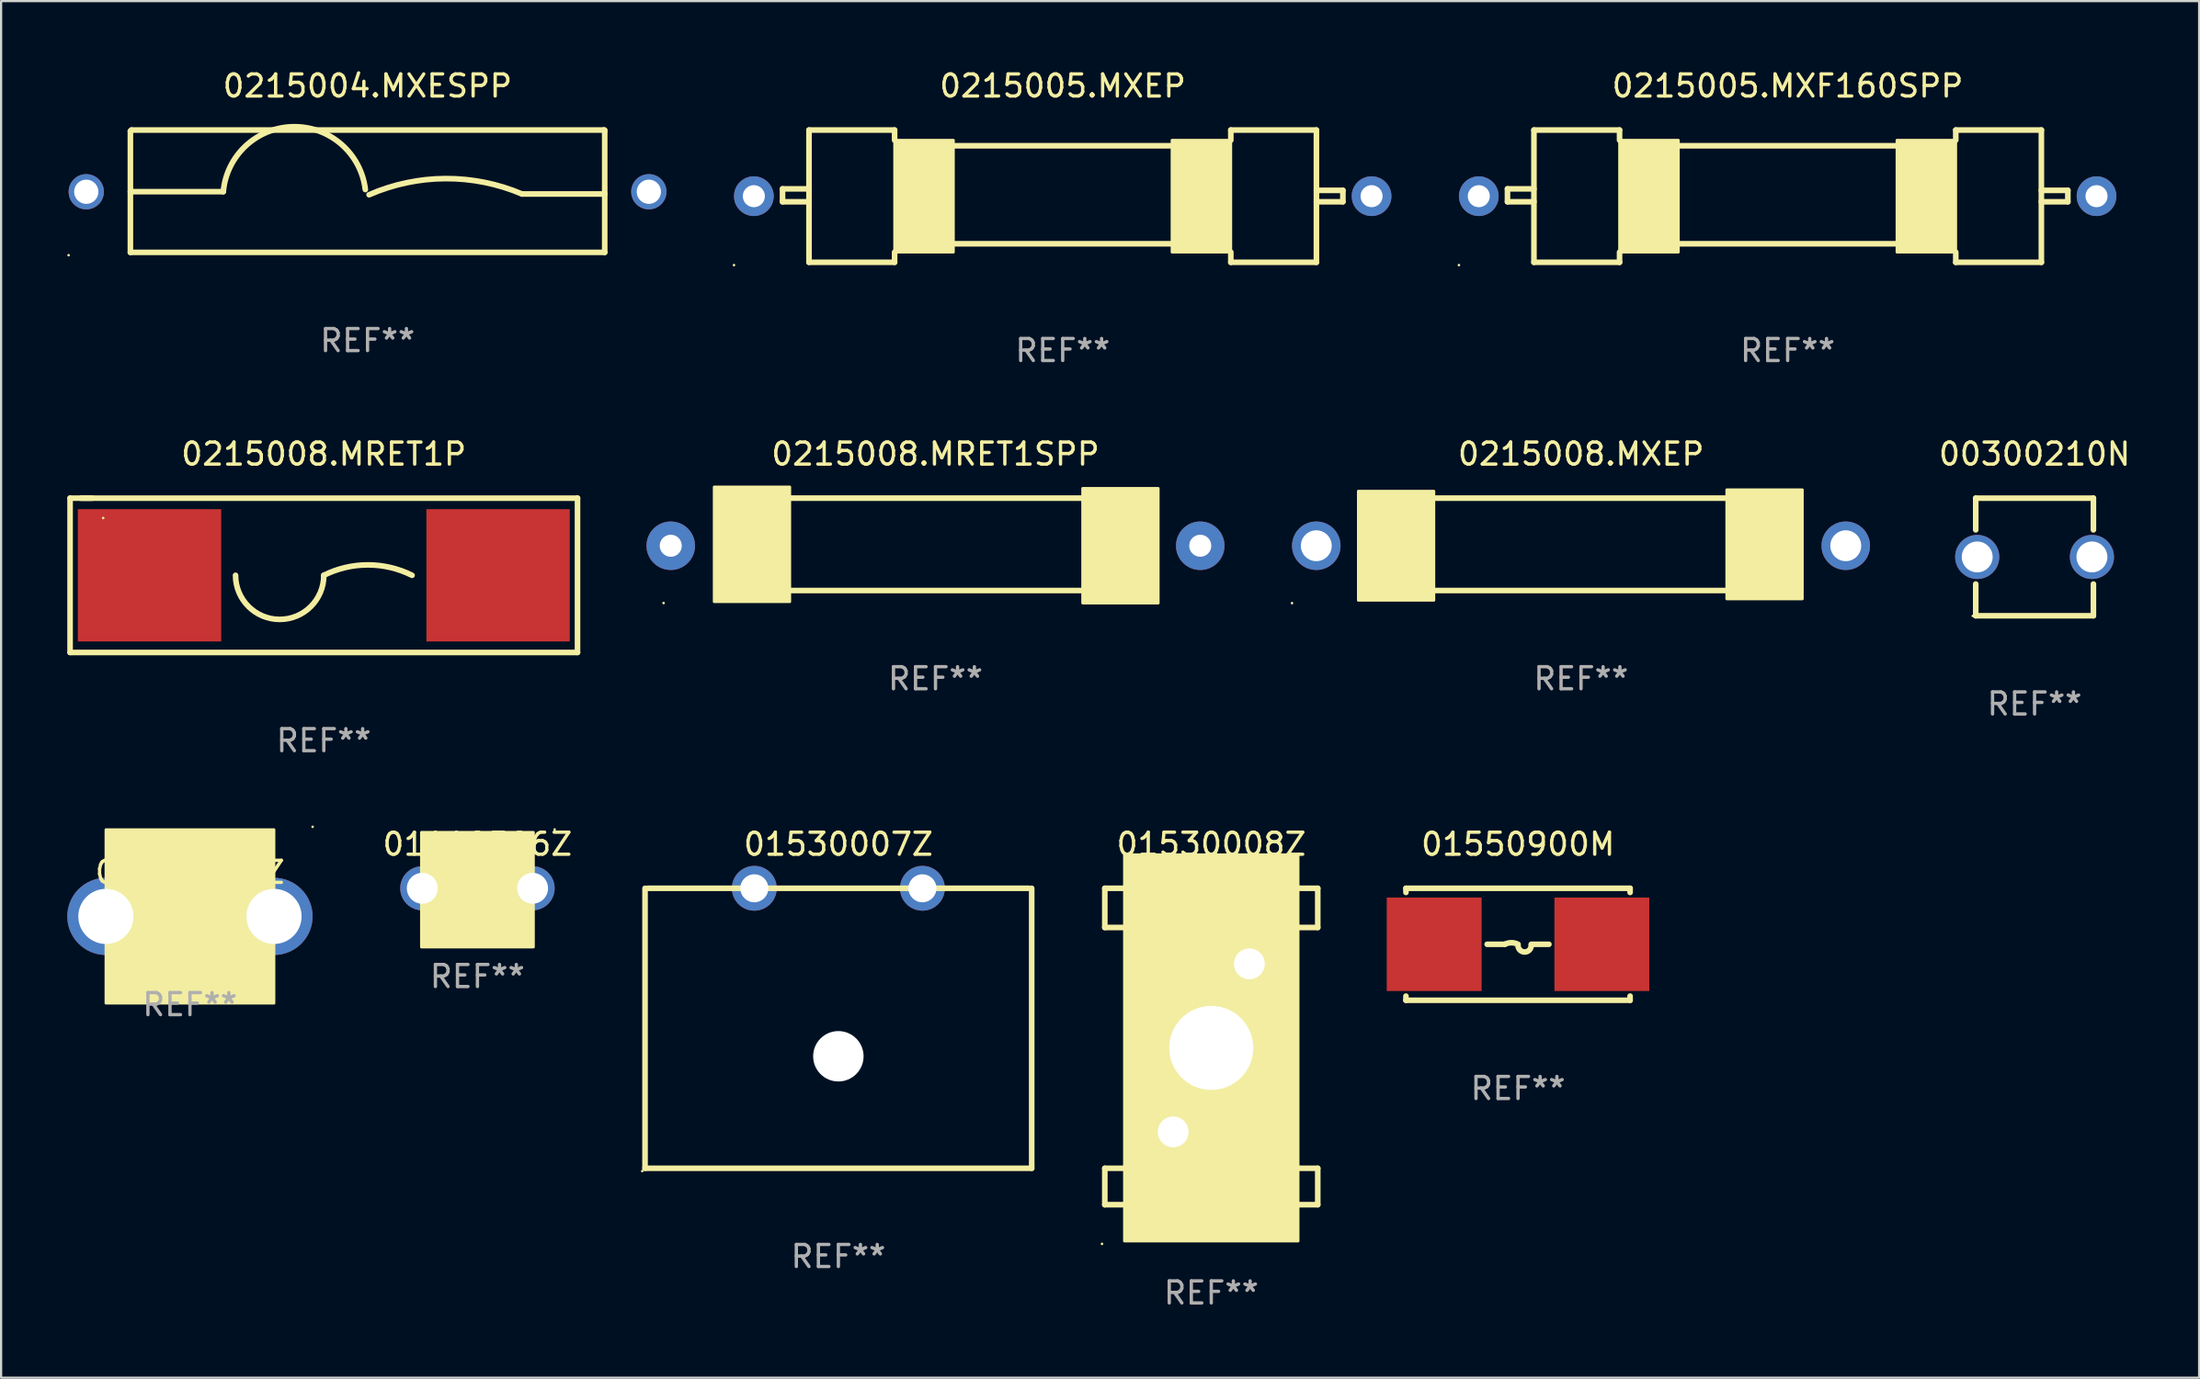
<source format=kicad_pcb>
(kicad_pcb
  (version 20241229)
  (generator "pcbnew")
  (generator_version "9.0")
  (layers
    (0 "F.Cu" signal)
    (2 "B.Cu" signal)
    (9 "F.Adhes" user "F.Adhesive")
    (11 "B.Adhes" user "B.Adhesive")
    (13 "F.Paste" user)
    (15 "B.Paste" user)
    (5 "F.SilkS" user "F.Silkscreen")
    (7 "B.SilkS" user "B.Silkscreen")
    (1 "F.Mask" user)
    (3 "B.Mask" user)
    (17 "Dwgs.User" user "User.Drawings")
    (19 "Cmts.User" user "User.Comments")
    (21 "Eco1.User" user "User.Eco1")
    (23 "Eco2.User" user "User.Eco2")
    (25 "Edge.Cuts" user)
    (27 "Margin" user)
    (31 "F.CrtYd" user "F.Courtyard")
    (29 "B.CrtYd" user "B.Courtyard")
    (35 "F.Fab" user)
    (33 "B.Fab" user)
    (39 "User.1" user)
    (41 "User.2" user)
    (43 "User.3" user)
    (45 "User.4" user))
  (footprint "0215004.MXESPP"
    (layer "F.Cu")
    (at 13.61 5.623)
    (property "Reference" "0215004.MXESPP" (at 0 -4.775 0) (layer "F.SilkS") (effects (font (size 1 1) (thickness 0.15))))
    (attr through_hole)
    (fp_line (start -10.75 -2.725) (end -10.7 -2.775) (stroke (width 0.254) (type solid)) (layer "F.SilkS"))
    (fp_line (start -10.75 2.775) (end -10.75 -2.725) (stroke (width 0.254) (type solid)) (layer "F.SilkS"))
    (fp_line (start -10.75 2.775) (end 10.75 2.775) (stroke (width 0.254) (type solid)) (layer "F.SilkS"))
    (fp_line (start -10.7 -2.775) (end 10.7 -2.775) (stroke (width 0.254) (type solid)) (layer "F.SilkS"))
    (fp_line (start -6.538 0.021) (end -10.75 0.021) (stroke (width 0.254) (type solid)) (layer "F.SilkS"))
    (fp_line (start 7 0.125) (end 10.75 0.125) (stroke (width 0.254) (type solid)) (layer "F.SilkS"))
    (fp_line (start 10.7 -2.775) (end 10.75 -2.725) (stroke (width 0.254) (type solid)) (layer "F.SilkS"))
    (fp_line (start 10.75 2.775) (end 10.75 -2.775) (stroke (width 0.254) (type solid)) (layer "F.SilkS"))
    (fp_arc (start -6.538277 0.020573) (mid -3.362163 -2.925392) (end -0.1 -0.075006) (stroke (width 0.254001) (type solid)) (layer "F.SilkS"))
    (fp_arc (start 0.069571 0.160528) (mid 3.531132 -0.572293) (end 7.000025 0.124994) (stroke (width 0.254001) (type solid)) (layer "F.SilkS"))
    (fp_circle (center -13.55 2.902) (end -13.52 2.902) (stroke (width 0.06) (type solid)) (fill no) (layer "F.SilkS"))
    (fp_text user "REF**" (at 0 6.775 0) (layer "F.Fab") (effects (font (size 1 1) (thickness 0.15))))
    (pad "1" thru_hole circle (at -12.75 0.025) (size 1.6 1.6) (drill 1.1) (layers "*.Cu" "*.Mask"))
    (pad "2" thru_hole circle (at 12.75 0.025) (size 1.6 1.6) (drill 1.1) (layers "*.Cu" "*.Mask")))
  (footprint "00300210N"
    (layer "F.Cu")
    (at 89.172 22.212)
    (property "Reference" "00300210N" (at 0 -4.667 0) (layer "F.SilkS") (effects (font (size 1 1) (thickness 0.15))))
    (attr through_hole)
    (fp_line (start -2.667 -1.229) (end -2.667 -2.667) (stroke (width 0.254) (type solid)) (layer "F.SilkS"))
    (fp_line (start -2.667 1.229) (end -2.667 2.667) (stroke (width 0.254) (type solid)) (layer "F.SilkS"))
    (fp_line (start -2.667 2.667) (end 2.667 2.667) (stroke (width 0.254) (type solid)) (layer "F.SilkS"))
    (fp_line (start 2.667 -2.667) (end -2.667 -2.667) (stroke (width 0.254) (type solid)) (layer "F.SilkS"))
    (fp_line (start 2.667 -1.229) (end 2.667 -2.667) (stroke (width 0.254) (type solid)) (layer "F.SilkS"))
    (fp_line (start 2.667 2.667) (end 2.667 1.229) (stroke (width 0.254) (type solid)) (layer "F.SilkS"))
    (fp_circle (center -2.8 2.675) (end -2.77 2.675) (stroke (width 0.06) (type solid)) (fill no) (layer "F.SilkS"))
    (fp_text user "REF**" (at 0 6.667 0) (layer "F.Fab") (effects (font (size 1 1) (thickness 0.15))))
    (pad "1" thru_hole circle (at -2.6 0) (size 2 2) (drill 1.4) (layers "*.Cu" "*.Mask"))
    (pad "2" thru_hole circle (at 2.6 0) (size 2 2) (drill 1.4) (layers "*.Cu" "*.Mask")))
  (footprint "01110506Z"
    (layer "F.Cu")
    (at 18.591 37.241)
    (property "Reference" "01110506Z" (at 0 -2 0) (layer "F.SilkS") (effects (font (size 1 1) (thickness 0.15))))
    (attr through_hole)
    (fp_circle (center 3.5 -2.667) (end 3.53 -2.667) (stroke (width 0.06) (type solid)) (fill no) (layer "F.SilkS"))
    (fp_poly (pts (xy -2.54 -2.54) (xy 2.54 -2.54) (xy 2.54 2.667) (xy -2.54 2.667)) (stroke (width 0.12) (type solid)) (fill yes) (layer "F.SilkS"))
    (fp_text user "REF**" (at 0 4 0) (layer "F.Fab") (effects (font (size 1 1) (thickness 0.15))))
    (pad "1" thru_hole circle (at -2.5 0) (size 2 2) (drill 1.4) (layers "*.Cu" "*.Mask"))
    (pad "1" thru_hole circle (at 2.5 0) (size 2 2) (drill 1.4) (layers "*.Cu" "*.Mask")))
  (footprint "0215008.MRET1P"
    (layer "F.Cu")
    (at 11.627 23.045)
    (property "Reference" "0215008.MRET1P" (at 0 -5.5 0) (layer "F.SilkS") (effects (font (size 1 1) (thickness 0.15))))
    (attr through_hole)
    (fp_line (start -11.5 -3.5) (end -10.5 -3.5) (stroke (width 0.254) (type solid)) (layer "F.SilkS"))
    (fp_line (start -11.5 3.5) (end -11.5 -3.5) (stroke (width 0.254) (type solid)) (layer "F.SilkS"))
    (fp_line (start -11 -3.5) (end 11.5 -3.5) (stroke (width 0.254) (type solid)) (layer "F.SilkS"))
    (fp_line (start 11.5 -3.5) (end 11.5 3.5) (stroke (width 0.254) (type solid)) (layer "F.SilkS"))
    (fp_line (start 11.5 3.5) (end -11.5 3.5) (stroke (width 0.254) (type solid)) (layer "F.SilkS"))
    (fp_arc (start 0 0) (mid -2 2) (end -4 0) (stroke (width 0.254001) (type solid)) (layer "F.SilkS"))
    (fp_arc (start 0 0) (mid 2 -0.472136) (end 4 0) (stroke (width 0.254001) (type solid)) (layer "F.SilkS"))
    (fp_circle (center -10 -2.6) (end -9.97 -2.6) (stroke (width 0.06) (type solid)) (fill no) (layer "F.SilkS"))
    (fp_text user "REF**" (at 0 7.5 0) (layer "F.Fab") (effects (font (size 1 1) (thickness 0.15))))
    (pad "1" smd rect (at -7.9 0) (size 6.5 6) (layers "F.Cu" "F.Mask" "F.Paste"))
    (pad "2" smd rect (at 7.9 0) (size 6.5 6) (layers "F.Cu" "F.Mask" "F.Paste")))
  (footprint "0215008.MRET1SPP"
    (layer "F.Cu")
    (at 39.354 21.64)
    (property "Reference" "0215008.MRET1SPP" (at 0 -4.096 0) (layer "F.SilkS") (effects (font (size 1 1) (thickness 0.15))))
    (attr through_hole)
    (fp_line (start -6.604 -2.096) (end 6.604 -2.096) (stroke (width 0.254) (type solid)) (layer "F.SilkS"))
    (fp_line (start -6.604 2.096) (end 6.604 2.096) (stroke (width 0.254) (type solid)) (layer "F.SilkS"))
    (fp_circle (center -12.325 2.663) (end -12.295 2.663) (stroke (width 0.06) (type solid)) (fill no) (layer "F.SilkS"))
    (fp_poly (pts (xy -10.033 -2.604) (xy -6.604 -2.604) (xy -6.604 2.604) (xy -10.033 2.604)) (stroke (width 0.12) (type solid)) (fill yes) (layer "F.SilkS"))
    (fp_poly (pts (xy 6.668 -2.54) (xy 10.097 -2.54) (xy 10.097 2.667) (xy 6.668 2.667)) (stroke (width 0.12) (type solid)) (fill yes) (layer "F.SilkS"))
    (fp_text user "REF**" (at 0 6.096 0) (layer "F.Fab") (effects (font (size 1 1) (thickness 0.15))))
    (pad "1" thru_hole circle (at -12 0.064) (size 2.2 2.2) (drill 1) (layers "*.Cu" "*.Mask"))
    (pad "2" thru_hole circle (at 12 0.064) (size 2.2 2.2) (drill 1) (layers "*.Cu" "*.Mask")))
  (footprint "01020071Z"
    (layer "F.Cu")
    (at 5.56 38.517)
    (property "Reference" "01020071Z" (at 0 -2 0) (layer "F.SilkS") (effects (font (size 1 1) (thickness 0.15))))
    (attr through_hole)
    (fp_circle (center 5.56 -4.064) (end 5.59 -4.064) (stroke (width 0.06) (type solid)) (fill no) (layer "F.SilkS"))
    (fp_poly (pts (xy -3.81 -3.937) (xy 3.81 -3.937) (xy 3.81 3.937) (xy -3.81 3.937)) (stroke (width 0.12) (type solid)) (fill yes) (layer "F.SilkS"))
    (fp_text user "REF**" (at 0 4 0) (layer "F.Fab") (effects (font (size 1 1) (thickness 0.15))))
    (pad "1" thru_hole circle (at -3.81 0) (size 3.5 3.5) (drill 2.5) (layers "*.Cu" "*.Mask"))
    (pad "1" thru_hole circle (at 3.81 0) (size 3.5 3.5) (drill 2.5) (layers "*.Cu" "*.Mask")))
  (footprint "01550900M"
    (layer "F.Cu")
    (at 65.758 39.781)
    (property "Reference" "01550900M" (at 0 -4.54 0) (layer "F.SilkS") (effects (font (size 1 1) (thickness 0.15))))
    (attr through_hole)
    (fp_line (start -5.08 -2.54) (end 5.08 -2.54) (stroke (width 0.254) (type solid)) (layer "F.SilkS"))
    (fp_line (start -5.08 -2.351) (end -5.08 -2.54) (stroke (width 0.254) (type solid)) (layer "F.SilkS"))
    (fp_line (start -5.08 2.54) (end -5.08 2.351) (stroke (width 0.254) (type solid)) (layer "F.SilkS"))
    (fp_line (start -1.4 0) (end -0.6 0) (stroke (width 0.254) (type solid)) (layer "F.SilkS"))
    (fp_line (start 1.4 0) (end 0.6 0) (stroke (width 0.254) (type solid)) (layer "F.SilkS"))
    (fp_line (start 5.08 -2.54) (end 5.08 -2.351) (stroke (width 0.254) (type solid)) (layer "F.SilkS"))
    (fp_line (start 5.08 2.351) (end 5.08 2.54) (stroke (width 0.254) (type solid)) (layer "F.SilkS"))
    (fp_line (start 5.08 2.54) (end -5.08 2.54) (stroke (width 0.254) (type solid)) (layer "F.SilkS"))
    (fp_arc (start -0.6 0) (mid -0.299987 -0.070825) (end 0.000026 0) (stroke (width 0.254001) (type solid)) (layer "F.SilkS"))
    (fp_arc (start 0.600051 0.050064) (mid 0.300038 0.350064) (end 0.000025 0.050063) (stroke (width 0.254001) (type solid)) (layer "F.SilkS"))
    (fp_circle (center -4.85 2.485) (end -4.82 2.485) (stroke (width 0.06) (type solid)) (fill no) (layer "F.SilkS"))
    (fp_text user "REF**" (at 0 6.54 0) (layer "F.Fab") (effects (font (size 1 1) (thickness 0.15))))
    (pad "1" smd rect (at -3.8 0) (size 4.3 4.24) (layers "F.Cu" "F.Mask" "F.Paste"))
    (pad "2" smd rect (at 3.8 0) (size 4.3 4.24) (layers "F.Cu" "F.Mask" "F.Paste")))
  (footprint "0215005.MXF160SPP"
    (layer "F.Cu")
    (at 77.98 5.848)
    (property "Reference" "0215005.MXF160SPP" (at 0 -5 0) (layer "F.SilkS") (effects (font (size 1 1) (thickness 0.15))))
    (attr through_hole)
    (fp_line (start -12.7 -0.332) (end -12.7 0.254) (stroke (width 0.254) (type solid)) (layer "F.SilkS"))
    (fp_line (start -12.7 0.254) (end -11.5 0.254) (stroke (width 0.254) (type solid)) (layer "F.SilkS"))
    (fp_line (start -11.5 -3) (end -11.5 3) (stroke (width 0.254) (type solid)) (layer "F.SilkS"))
    (fp_line (start -11.5 -3) (end -7.62 -3) (stroke (width 0.254) (type solid)) (layer "F.SilkS"))
    (fp_line (start -11.5 -0.332) (end -12.7 -0.332) (stroke (width 0.254) (type solid)) (layer "F.SilkS"))
    (fp_line (start -7.62 -2.54) (end -7.62 -3) (stroke (width 0.254) (type solid)) (layer "F.SilkS"))
    (fp_line (start -7.62 2.54) (end -7.62 3) (stroke (width 0.254) (type solid)) (layer "F.SilkS"))
    (fp_line (start -7.62 3) (end -11.5 3) (stroke (width 0.254) (type solid)) (layer "F.SilkS"))
    (fp_line (start -4.953 -2.286) (end 4.953 -2.286) (stroke (width 0.254) (type solid)) (layer "F.SilkS"))
    (fp_line (start -4.953 2.159) (end 4.953 2.159) (stroke (width 0.254) (type solid)) (layer "F.SilkS"))
    (fp_line (start 7.62 -3) (end 11.5 -3) (stroke (width 0.254) (type solid)) (layer "F.SilkS"))
    (fp_line (start 7.62 -2.54) (end 7.62 -3) (stroke (width 0.254) (type solid)) (layer "F.SilkS"))
    (fp_line (start 7.62 2.54) (end 7.62 3) (stroke (width 0.254) (type solid)) (layer "F.SilkS"))
    (fp_line (start 7.62 3) (end 11.5 3) (stroke (width 0.254) (type solid)) (layer "F.SilkS"))
    (fp_line (start 11.5 -3) (end 11.5 3) (stroke (width 0.254) (type solid)) (layer "F.SilkS"))
    (fp_line (start 11.5 -0.264) (end 12.7 -0.264) (stroke (width 0.254) (type solid)) (layer "F.SilkS"))
    (fp_line (start 12.7 -0.264) (end 12.7 0.254) (stroke (width 0.254) (type solid)) (layer "F.SilkS"))
    (fp_line (start 12.7 0.254) (end 11.5 0.254) (stroke (width 0.254) (type solid)) (layer "F.SilkS"))
    (fp_circle (center -14.9 3.127) (end -14.87 3.127) (stroke (width 0.06) (type solid)) (fill no) (layer "F.SilkS"))
    (fp_poly (pts (xy -7.62 -2.54) (xy -4.953 -2.54) (xy -4.953 2.54) (xy -7.62 2.54)) (stroke (width 0.12) (type solid)) (fill yes) (layer "F.SilkS"))
    (fp_poly (pts (xy 4.953 -2.54) (xy 7.62 -2.54) (xy 7.62 2.54) (xy 4.953 2.54)) (stroke (width 0.12) (type solid)) (fill yes) (layer "F.SilkS"))
    (fp_text user "REF**" (at 0 7 0) (layer "F.Fab") (effects (font (size 1 1) (thickness 0.15))))
    (pad "1" thru_hole circle (at -14 0) (size 1.8 1.8) (drill 1) (layers "*.Cu" "*.Mask"))
    (pad "2" thru_hole circle (at 14 0) (size 1.8 1.8) (drill 1) (layers "*.Cu" "*.Mask")))
  (footprint "0215008.MXEP"
    (layer "F.Cu")
    (at 68.614 21.64)
    (property "Reference" "0215008.MXEP" (at 0 -4.096 0) (layer "F.SilkS") (effects (font (size 1 1) (thickness 0.15))))
    (attr through_hole)
    (fp_line (start -6.604 -2.096) (end 6.604 -2.096) (stroke (width 0.254) (type solid)) (layer "F.SilkS"))
    (fp_line (start -6.604 2.096) (end 6.604 2.096) (stroke (width 0.254) (type solid)) (layer "F.SilkS"))
    (fp_circle (center -13.1 2.667) (end -13.07 2.667) (stroke (width 0.06) (type solid)) (fill no) (layer "F.SilkS"))
    (fp_poly (pts (xy -10.097 -2.413) (xy -6.668 -2.413) (xy -6.668 2.54) (xy -10.097 2.54)) (stroke (width 0.12) (type solid)) (fill yes) (layer "F.SilkS"))
    (fp_poly (pts (xy 6.604 -2.477) (xy 10.033 -2.477) (xy 10.033 2.477) (xy 6.604 2.477)) (stroke (width 0.12) (type solid)) (fill yes) (layer "F.SilkS"))
    (fp_text user "REF**" (at 0 6.096 0) (layer "F.Fab") (effects (font (size 1 1) (thickness 0.15))))
    (pad "1" thru_hole circle (at -12 0.064) (size 2.2 2.2) (drill 1.4) (layers "*.Cu" "*.Mask"))
    (pad "2" thru_hole circle (at 12 0.064) (size 2.2 2.2) (drill 1.4) (layers "*.Cu" "*.Mask")))
  (footprint "0215005.MXEP"
    (layer "F.Cu")
    (at 45.12 5.848)
    (property "Reference" "0215005.MXEP" (at 0 -5 0) (layer "F.SilkS") (effects (font (size 1 1) (thickness 0.15))))
    (attr through_hole)
    (fp_line (start -12.7 -0.332) (end -12.7 0.254) (stroke (width 0.254) (type solid)) (layer "F.SilkS"))
    (fp_line (start -12.7 0.254) (end -11.5 0.254) (stroke (width 0.254) (type solid)) (layer "F.SilkS"))
    (fp_line (start -11.5 -3) (end -11.5 3) (stroke (width 0.254) (type solid)) (layer "F.SilkS"))
    (fp_line (start -11.5 -3) (end -7.62 -3) (stroke (width 0.254) (type solid)) (layer "F.SilkS"))
    (fp_line (start -11.5 -0.332) (end -12.7 -0.332) (stroke (width 0.254) (type solid)) (layer "F.SilkS"))
    (fp_line (start -7.62 -2.54) (end -7.62 -3) (stroke (width 0.254) (type solid)) (layer "F.SilkS"))
    (fp_line (start -7.62 2.54) (end -7.62 3) (stroke (width 0.254) (type solid)) (layer "F.SilkS"))
    (fp_line (start -7.62 3) (end -11.5 3) (stroke (width 0.254) (type solid)) (layer "F.SilkS"))
    (fp_line (start -4.953 -2.286) (end 4.953 -2.286) (stroke (width 0.254) (type solid)) (layer "F.SilkS"))
    (fp_line (start -4.953 2.159) (end 4.953 2.159) (stroke (width 0.254) (type solid)) (layer "F.SilkS"))
    (fp_line (start 7.62 -3) (end 11.5 -3) (stroke (width 0.254) (type solid)) (layer "F.SilkS"))
    (fp_line (start 7.62 -2.54) (end 7.62 -3) (stroke (width 0.254) (type solid)) (layer "F.SilkS"))
    (fp_line (start 7.62 2.54) (end 7.62 3) (stroke (width 0.254) (type solid)) (layer "F.SilkS"))
    (fp_line (start 7.62 3) (end 11.5 3) (stroke (width 0.254) (type solid)) (layer "F.SilkS"))
    (fp_line (start 11.5 -3) (end 11.5 3) (stroke (width 0.254) (type solid)) (layer "F.SilkS"))
    (fp_line (start 11.5 -0.264) (end 12.7 -0.264) (stroke (width 0.254) (type solid)) (layer "F.SilkS"))
    (fp_line (start 12.7 -0.264) (end 12.7 0.254) (stroke (width 0.254) (type solid)) (layer "F.SilkS"))
    (fp_line (start 12.7 0.254) (end 11.5 0.254) (stroke (width 0.254) (type solid)) (layer "F.SilkS"))
    (fp_circle (center -14.9 3.127) (end -14.87 3.127) (stroke (width 0.06) (type solid)) (fill no) (layer "F.SilkS"))
    (fp_poly (pts (xy -7.62 -2.54) (xy -4.953 -2.54) (xy -4.953 2.54) (xy -7.62 2.54)) (stroke (width 0.12) (type solid)) (fill yes) (layer "F.SilkS"))
    (fp_poly (pts (xy 4.953 -2.54) (xy 7.62 -2.54) (xy 7.62 2.54) (xy 4.953 2.54)) (stroke (width 0.12) (type solid)) (fill yes) (layer "F.SilkS"))
    (fp_text user "REF**" (at 0 7 0) (layer "F.Fab") (effects (font (size 1 1) (thickness 0.15))))
    (pad "1" thru_hole circle (at -14 0) (size 1.8 1.8) (drill 1) (layers "*.Cu" "*.Mask"))
    (pad "2" thru_hole circle (at 14 0) (size 1.8 1.8) (drill 1) (layers "*.Cu" "*.Mask")))
  (footprint "01530008Z"
    (layer "F.Cu")
    (at 51.854 44.417)
    (property "Reference" "01530008Z" (at 0 -9.176 0) (layer "F.SilkS") (effects (font (size 1 1) (thickness 0.15))))
    (attr through_hole)
    (fp_line (start -4.826 -7.176) (end -3.937 -7.176) (stroke (width 0.254) (type solid)) (layer "F.SilkS"))
    (fp_line (start -4.826 -5.398) (end -4.826 -7.176) (stroke (width 0.254) (type solid)) (layer "F.SilkS"))
    (fp_line (start -4.826 5.525) (end -3.937 5.525) (stroke (width 0.254) (type solid)) (layer "F.SilkS"))
    (fp_line (start -4.826 7.176) (end -4.826 5.525) (stroke (width 0.254) (type solid)) (layer "F.SilkS"))
    (fp_line (start -3.937 -5.398) (end -4.826 -5.398) (stroke (width 0.254) (type solid)) (layer "F.SilkS"))
    (fp_line (start -3.937 7.176) (end -4.826 7.176) (stroke (width 0.254) (type solid)) (layer "F.SilkS"))
    (fp_line (start 3.937 -5.398) (end 4.826 -5.398) (stroke (width 0.254) (type solid)) (layer "F.SilkS"))
    (fp_line (start 3.937 7.176) (end 4.826 7.176) (stroke (width 0.254) (type solid)) (layer "F.SilkS"))
    (fp_line (start 4.826 -7.176) (end 3.937 -7.176) (stroke (width 0.254) (type solid)) (layer "F.SilkS"))
    (fp_line (start 4.826 -5.398) (end 4.826 -7.176) (stroke (width 0.254) (type solid)) (layer "F.SilkS"))
    (fp_line (start 4.826 5.525) (end 3.937 5.525) (stroke (width 0.254) (type solid)) (layer "F.SilkS"))
    (fp_line (start 4.826 7.176) (end 4.826 5.525) (stroke (width 0.254) (type solid)) (layer "F.SilkS"))
    (fp_circle (center -4.953 8.954) (end -4.923 8.954) (stroke (width 0.06) (type solid)) (fill no) (layer "F.SilkS"))
    (fp_poly (pts (xy -3.937 -8.7) (xy 3.937 -8.7) (xy 3.937 8.827) (xy -3.937 8.827)) (stroke (width 0.12) (type solid)) (fill yes) (layer "F.SilkS"))
    (fp_poly (pts (xy -3.302 -7.176) (xy 3.302 -7.176) (xy 3.302 7.303) (xy -3.302 7.303)) (stroke (width 0.12) (type solid)) (fill yes) (layer "F.SilkS"))
    (fp_text user "REF**" (at 0 11.176 0) (layer "F.Fab") (effects (font (size 1 1) (thickness 0.15))))
    (pad "" np_thru_hole circle (at 0 0.064) (size 3.81 3.81) (drill 3.81) (layers "*.Cu" "*.Mask"))
    (pad "1" thru_hole circle (at -1.727 3.874) (size 2.032 2.032) (drill 1.397) (layers "*.Cu" "*.Mask"))
    (pad "2" thru_hole circle (at 1.727 -3.747) (size 2.032 2.032) (drill 1.397) (layers "*.Cu" "*.Mask")))
  (footprint "01530007Z"
    (layer "F.Cu")
    (at 34.951 43.591)
    (property "Reference" "01530007Z" (at 0 -8.35 0) (layer "F.SilkS") (effects (font (size 1 1) (thickness 0.15))))
    (attr through_hole)
    (fp_line (start -8.763 -6.35) (end -8.763 6.35) (stroke (width 0.254) (type solid)) (layer "F.SilkS"))
    (fp_line (start -8.763 6.35) (end 8.763 6.35) (stroke (width 0.254) (type solid)) (layer "F.SilkS"))
    (fp_line (start -8.636 -6.35) (end 8.636 -6.35) (stroke (width 0.254) (type solid)) (layer "F.SilkS"))
    (fp_line (start 8.763 6.35) (end 8.763 -6.35) (stroke (width 0.254) (type solid)) (layer "F.SilkS"))
    (fp_circle (center -8.89 6.477) (end -8.86 6.477) (stroke (width 0.06) (type solid)) (fill no) (layer "F.SilkS"))
    (fp_text user "REF**" (at 0 10.35 0) (layer "F.Fab") (effects (font (size 1 1) (thickness 0.15))))
    (pad "" np_thru_hole circle (at 0 1.27) (size 2.286 2.286) (drill 2.286) (layers "*.Cu" "*.Mask"))
    (pad "1" thru_hole circle (at -3.81 -6.35) (size 2.032 2.032) (drill 1.27) (layers "*.Cu" "*.Mask"))
    (pad "2" thru_hole circle (at 3.81 -6.35) (size 2.032 2.032) (drill 1.27) (layers "*.Cu" "*.Mask")))
  (gr_rect
    (start -3 -3)
    (end 96.631 59.441)
    (stroke (width 0.1) (type default))
    (fill no)
    (layer "Edge.Cuts")))
</source>
